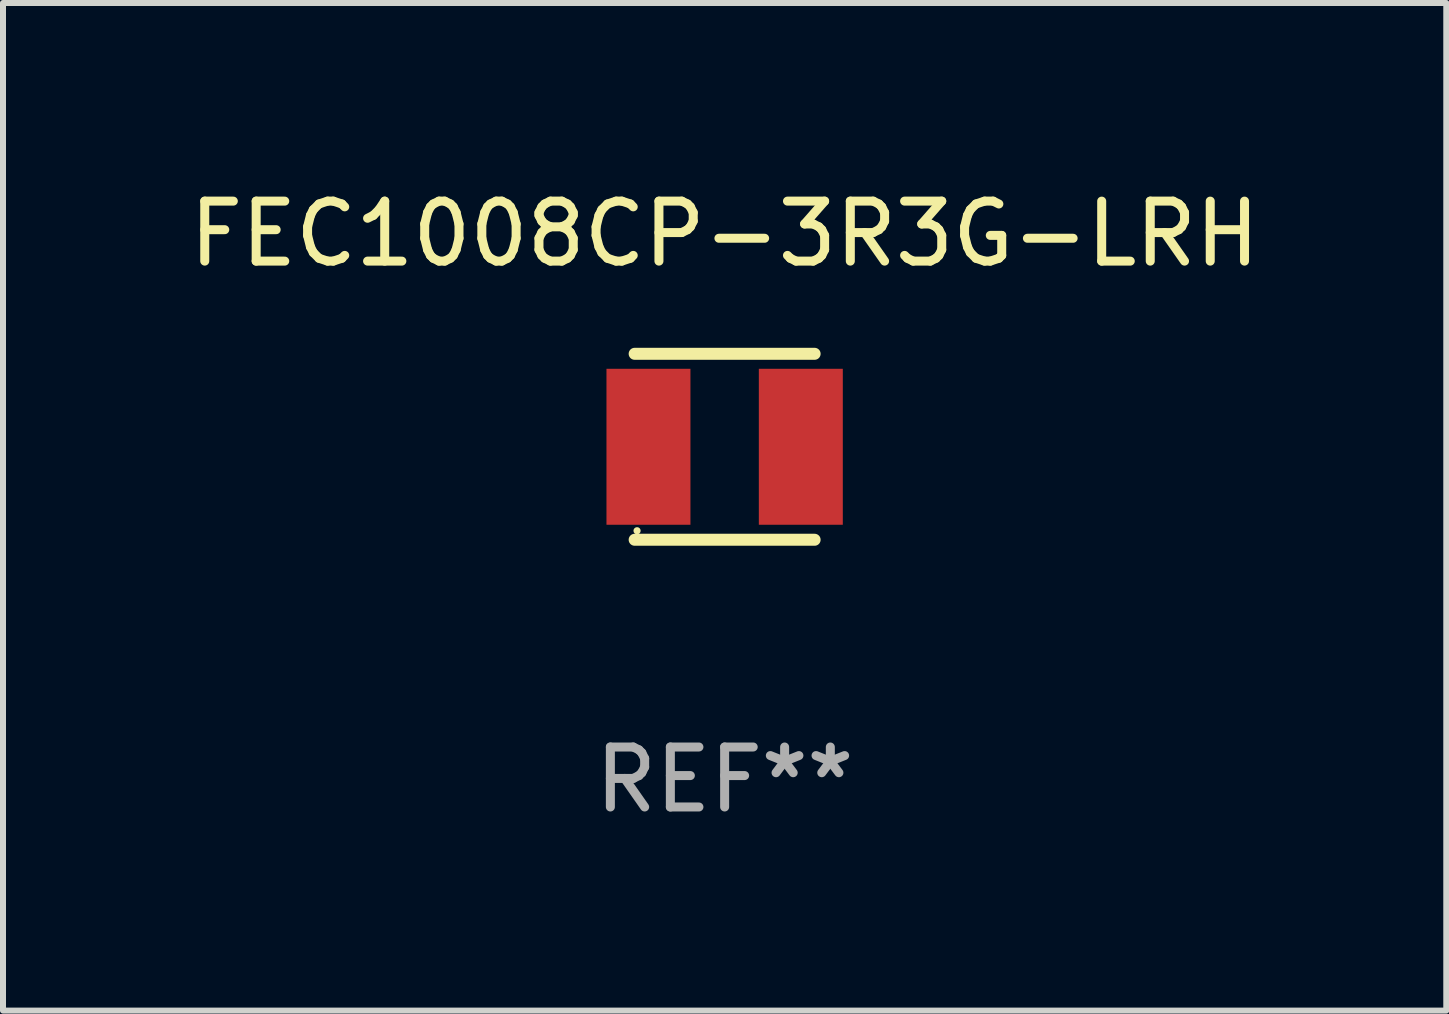
<source format=kicad_pcb>
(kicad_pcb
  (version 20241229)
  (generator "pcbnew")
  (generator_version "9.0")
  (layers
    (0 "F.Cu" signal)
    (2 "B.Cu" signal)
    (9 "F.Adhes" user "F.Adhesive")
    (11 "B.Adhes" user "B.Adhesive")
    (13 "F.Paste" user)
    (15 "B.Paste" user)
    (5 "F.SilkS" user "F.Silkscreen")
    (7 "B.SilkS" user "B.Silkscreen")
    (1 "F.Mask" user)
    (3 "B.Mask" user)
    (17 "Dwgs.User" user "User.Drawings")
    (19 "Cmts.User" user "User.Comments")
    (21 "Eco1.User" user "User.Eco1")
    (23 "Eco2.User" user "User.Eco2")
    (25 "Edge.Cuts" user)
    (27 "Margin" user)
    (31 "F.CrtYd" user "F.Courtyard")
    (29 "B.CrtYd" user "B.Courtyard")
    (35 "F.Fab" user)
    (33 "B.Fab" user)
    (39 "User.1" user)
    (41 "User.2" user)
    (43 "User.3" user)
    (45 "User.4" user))
  (footprint "FEC1008CP-3R3G-LRH"
    (layer "F.Cu")
    (at 9.03 4.398)
    (property "Reference" "FEC1008CP-3R3G-LRH" (at 0 -3.55 0) (layer "F.SilkS") (effects (font (size 1 1) (thickness 0.15))))
    (attr through_hole)
    (fp_line (start -1.5 -1.55) (end 1.5 -1.55) (stroke (width 0.2) (type solid)) (layer "F.SilkS"))
    (fp_line (start -1.5 1.55) (end 1.5 1.55) (stroke (width 0.2) (type solid)) (layer "F.SilkS"))
    (fp_circle (center -1.46 1.4) (end -1.43 1.4) (stroke (width 0.06) (type solid)) (fill no) (layer "F.SilkS"))
    (fp_text user "REF**" (at 0 5.55 0) (layer "F.Fab") (effects (font (size 1 1) (thickness 0.15))))
    (pad "1" smd rect (at -1.27 0) (size 1.4 2.6) (layers "F.Cu" "F.Mask" "F.Paste"))
    (pad "2" smd rect (at 1.27 0) (size 1.4 2.6) (layers "F.Cu" "F.Mask" "F.Paste")))
  (gr_rect
    (start -3 -3)
    (end 21.06 13.797)
    (stroke (width 0.1) (type default))
    (fill no)
    (layer "Edge.Cuts")))
</source>
